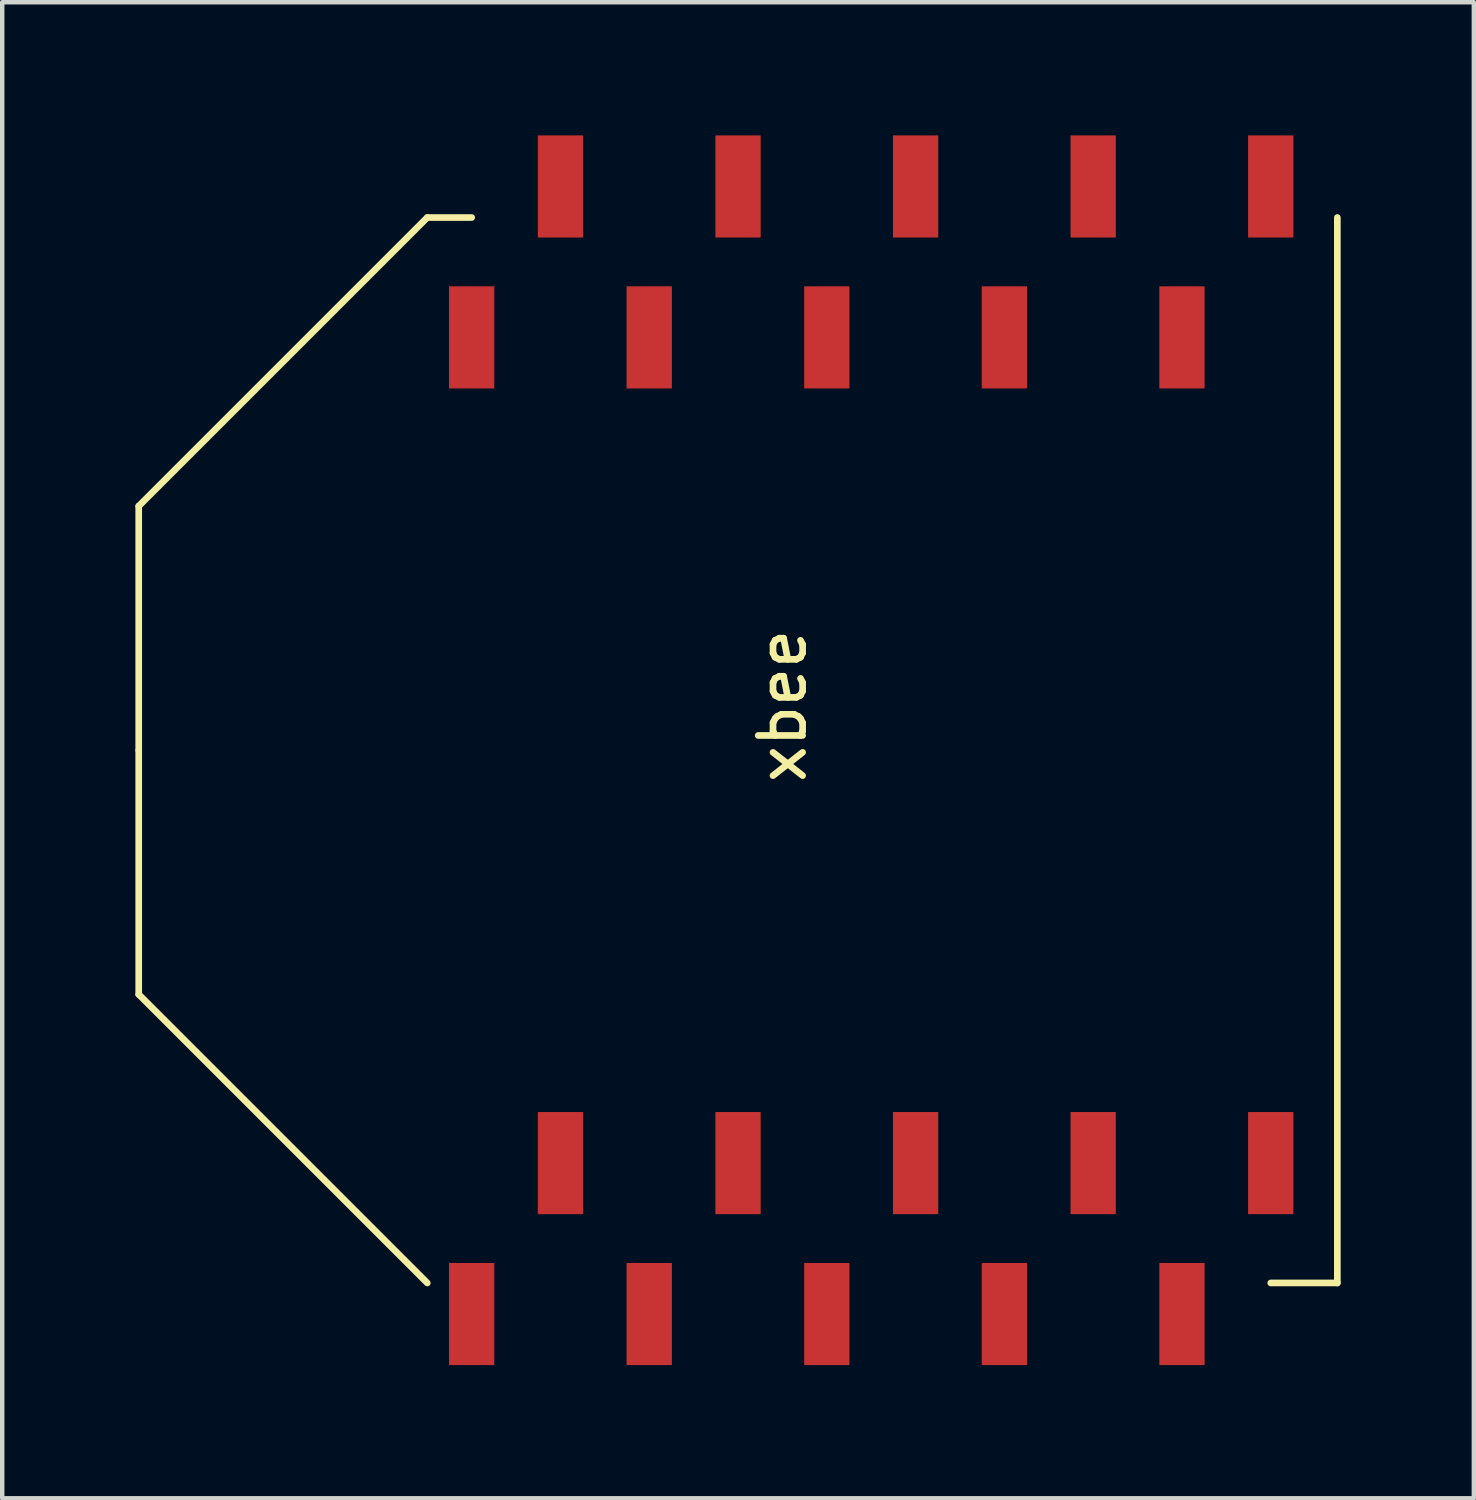
<source format=kicad_pcb>
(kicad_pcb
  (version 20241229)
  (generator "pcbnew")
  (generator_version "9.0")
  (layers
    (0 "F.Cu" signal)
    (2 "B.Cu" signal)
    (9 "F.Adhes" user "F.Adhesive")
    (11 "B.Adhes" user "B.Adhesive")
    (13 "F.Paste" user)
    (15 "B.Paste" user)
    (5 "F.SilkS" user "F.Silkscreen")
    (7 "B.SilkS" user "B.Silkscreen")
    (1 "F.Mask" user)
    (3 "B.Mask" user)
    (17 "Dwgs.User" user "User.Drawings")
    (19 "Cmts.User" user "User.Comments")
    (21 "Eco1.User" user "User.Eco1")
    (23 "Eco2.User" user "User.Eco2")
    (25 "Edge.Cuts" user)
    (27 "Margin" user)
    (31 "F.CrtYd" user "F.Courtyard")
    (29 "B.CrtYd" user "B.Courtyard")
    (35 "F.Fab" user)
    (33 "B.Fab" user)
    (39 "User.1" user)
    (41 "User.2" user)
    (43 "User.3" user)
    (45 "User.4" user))
  (footprint "xbee"
    (layer "F.Cu")
    (at 16.575 24.85)
    (property "Reference" "xbee" (at -2 -12 90) (layer "F.SilkS") (effects (font (size 1 1) (thickness 0.15))))
    (attr through_hole)
    (fp_line (start -16.5 -16.5) (end -16.5 -11) (stroke (width 0.15) (type solid)) (layer "F.SilkS"))
    (fp_line (start -16.5 -5.5) (end -16.5 -11) (stroke (width 0.15) (type solid)) (layer "F.SilkS"))
    (fp_line (start -10 -23) (end -16.5 -16.5) (stroke (width 0.15) (type solid)) (layer "F.SilkS"))
    (fp_line (start -10 -23) (end -9 -23) (stroke (width 0.15) (type solid)) (layer "F.SilkS"))
    (fp_line (start -10 1) (end -16.5 -5.5) (stroke (width 0.15) (type solid)) (layer "F.SilkS"))
    (fp_line (start 10.5 1) (end 9 1) (stroke (width 0.15) (type solid)) (layer "F.SilkS"))
    (fp_line (start 10.5 1) (end 10.5 -23) (stroke (width 0.15) (type solid)) (layer "F.SilkS"))
    (pad "1" smd rect (at -9 1.7) (size 1.02 2.3) (layers "F.Cu" "F.Mask" "F.Paste"))
    (pad "2" smd rect (at -7 -1.7) (size 1.02 2.3) (layers "F.Cu" "F.Mask" "F.Paste"))
    (pad "3" smd rect (at -5 1.7) (size 1.02 2.3) (layers "F.Cu" "F.Mask" "F.Paste"))
    (pad "4" smd rect (at -3 -1.7) (size 1.02 2.3) (layers "F.Cu" "F.Mask" "F.Paste"))
    (pad "5" smd rect (at -1 1.7) (size 1.02 2.3) (layers "F.Cu" "F.Mask" "F.Paste"))
    (pad "6" smd rect (at 1 -1.7) (size 1.02 2.3) (layers "F.Cu" "F.Mask" "F.Paste"))
    (pad "7" smd rect (at 3 1.7) (size 1.02 2.3) (layers "F.Cu" "F.Mask" "F.Paste"))
    (pad "8" smd rect (at 5 -1.7) (size 1.02 2.3) (layers "F.Cu" "F.Mask" "F.Paste"))
    (pad "9" smd rect (at 7 1.7) (size 1.02 2.3) (layers "F.Cu" "F.Mask" "F.Paste"))
    (pad "10" smd rect (at 9 -1.7) (size 1.02 2.3) (layers "F.Cu" "F.Mask" "F.Paste"))
    (pad "11" smd rect (at 9 -23.7) (size 1.02 2.3) (layers "F.Cu" "F.Mask" "F.Paste"))
    (pad "12" smd rect (at 7 -20.3) (size 1.02 2.3) (layers "F.Cu" "F.Mask" "F.Paste"))
    (pad "13" smd rect (at 5 -23.7) (size 1.02 2.3) (layers "F.Cu" "F.Mask" "F.Paste"))
    (pad "14" smd rect (at 3 -20.3) (size 1.02 2.3) (layers "F.Cu" "F.Mask" "F.Paste"))
    (pad "15" smd rect (at 1 -23.7) (size 1.02 2.3) (layers "F.Cu" "F.Mask" "F.Paste"))
    (pad "16" smd rect (at -1 -20.3) (size 1.02 2.3) (layers "F.Cu" "F.Mask" "F.Paste"))
    (pad "17" smd rect (at -3 -23.7) (size 1.02 2.3) (layers "F.Cu" "F.Mask" "F.Paste"))
    (pad "18" smd rect (at -5 -20.3) (size 1.02 2.3) (layers "F.Cu" "F.Mask" "F.Paste"))
    (pad "19" smd rect (at -7 -23.7) (size 1.02 2.3) (layers "F.Cu" "F.Mask" "F.Paste"))
    (pad "20" smd rect (at -9 -20.3) (size 1.02 2.3) (layers "F.Cu" "F.Mask" "F.Paste")))
  (gr_rect
    (start -3 -3)
    (end 30.15 30.7)
    (stroke (width 0.1) (type default))
    (fill no)
    (layer "Edge.Cuts")))
</source>
